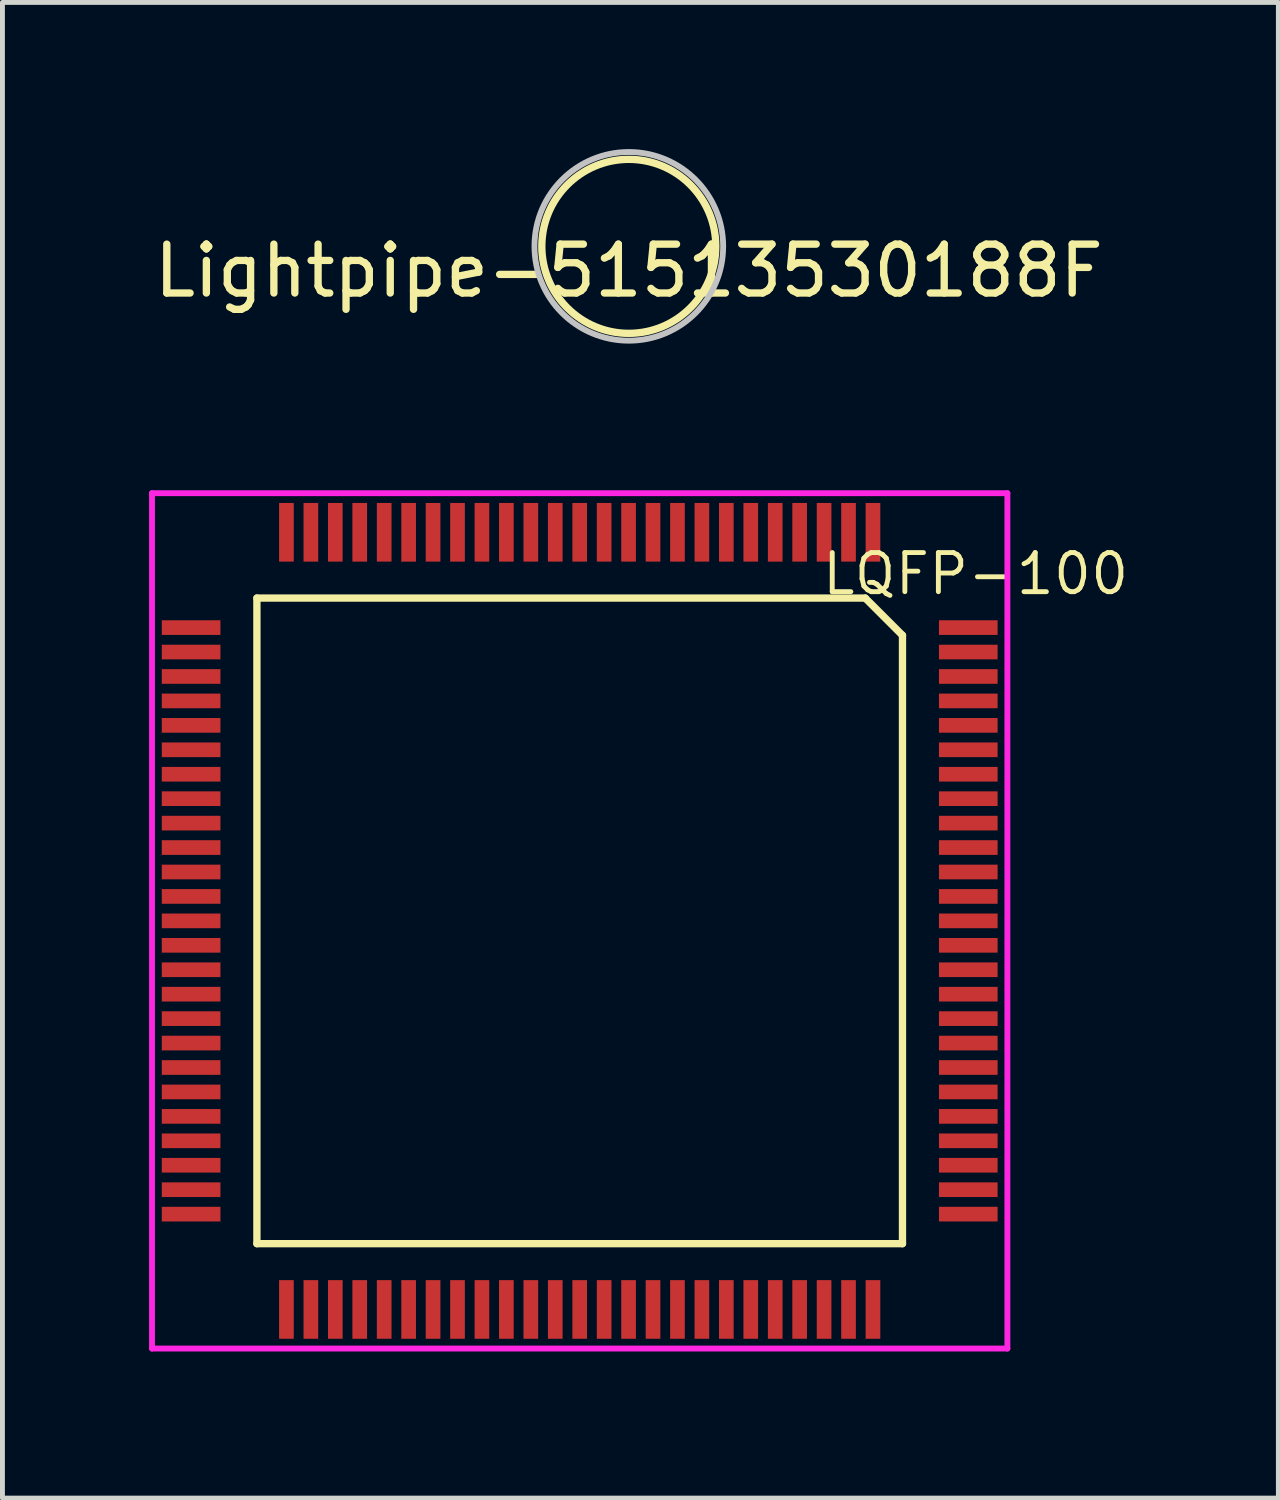
<source format=kicad_pcb>
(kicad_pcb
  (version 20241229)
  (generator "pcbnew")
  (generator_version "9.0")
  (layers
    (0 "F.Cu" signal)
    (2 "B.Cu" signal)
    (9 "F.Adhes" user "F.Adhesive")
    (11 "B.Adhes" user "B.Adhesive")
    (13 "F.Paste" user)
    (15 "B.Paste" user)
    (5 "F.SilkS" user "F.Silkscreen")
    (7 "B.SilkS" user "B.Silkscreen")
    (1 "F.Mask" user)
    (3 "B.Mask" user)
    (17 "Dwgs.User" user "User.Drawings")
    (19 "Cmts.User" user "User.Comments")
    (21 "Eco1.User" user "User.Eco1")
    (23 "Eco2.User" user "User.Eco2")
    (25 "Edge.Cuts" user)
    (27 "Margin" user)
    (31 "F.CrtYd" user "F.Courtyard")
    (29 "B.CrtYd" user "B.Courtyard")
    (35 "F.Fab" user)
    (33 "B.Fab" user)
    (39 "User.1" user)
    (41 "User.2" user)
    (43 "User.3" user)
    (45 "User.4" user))
  (footprint "LQFP-100"
    (layer "F.Cu")
    (at 8.81 15.79)
    (property "Reference" "LQFP-100" (at 8.1 -7.1 180) (layer "F.SilkS") (effects (font (size 0.8 0.8) (thickness 0.1))))
    (attr through_hole)
    (fp_line (start -6.604 -6.604) (end 5.842 -6.604) (stroke (width 0.15) (type solid)) (layer "F.SilkS"))
    (fp_line (start -6.604 6.604) (end -6.604 -6.604) (stroke (width 0.15) (type solid)) (layer "F.SilkS"))
    (fp_line (start 6.604 -5.842) (end 5.842 -6.604) (stroke (width 0.15) (type solid)) (layer "F.SilkS"))
    (fp_line (start 6.604 -5.842) (end 6.604 6.604) (stroke (width 0.15) (type solid)) (layer "F.SilkS"))
    (fp_line (start 6.604 6.604) (end -6.604 6.604) (stroke (width 0.15) (type solid)) (layer "F.SilkS"))
    (fp_line (start -8.75 -8.75) (end 8.75 -8.75) (stroke (width 0.12) (type solid)) (layer "F.CrtYd"))
    (fp_line (start -8.75 8.75) (end -8.75 -8.75) (stroke (width 0.12) (type solid)) (layer "F.CrtYd"))
    (fp_line (start 8.75 -8.75) (end 8.75 8.75) (stroke (width 0.12) (type solid)) (layer "F.CrtYd"))
    (fp_line (start 8.75 8.75) (end -8.75 8.75) (stroke (width 0.12) (type solid)) (layer "F.CrtYd"))
    (pad "1" smd rect (at 6 -7.95 270) (size 1.2 0.3) (layers "F.Cu" "F.Mask" "F.Paste"))
    (pad "2" smd rect (at 5.5 -7.95 270) (size 1.2 0.3) (layers "F.Cu" "F.Mask" "F.Paste"))
    (pad "3" smd rect (at 5 -7.95 270) (size 1.2 0.3) (layers "F.Cu" "F.Mask" "F.Paste"))
    (pad "4" smd rect (at 4.5 -7.95 270) (size 1.2 0.3) (layers "F.Cu" "F.Mask" "F.Paste"))
    (pad "5" smd rect (at 4 -7.95 270) (size 1.2 0.3) (layers "F.Cu" "F.Mask" "F.Paste"))
    (pad "6" smd rect (at 3.5 -7.95 270) (size 1.2 0.3) (layers "F.Cu" "F.Mask" "F.Paste"))
    (pad "7" smd rect (at 3 -7.95 270) (size 1.2 0.3) (layers "F.Cu" "F.Mask" "F.Paste"))
    (pad "8" smd rect (at 2.5 -7.95 270) (size 1.2 0.3) (layers "F.Cu" "F.Mask" "F.Paste"))
    (pad "9" smd rect (at 2 -7.95 270) (size 1.2 0.3) (layers "F.Cu" "F.Mask" "F.Paste"))
    (pad "10" smd rect (at 1.5 -7.95 270) (size 1.2 0.3) (layers "F.Cu" "F.Mask" "F.Paste"))
    (pad "11" smd rect (at 1 -7.95 270) (size 1.2 0.3) (layers "F.Cu" "F.Mask" "F.Paste"))
    (pad "12" smd rect (at 0.5 -7.95 270) (size 1.2 0.3) (layers "F.Cu" "F.Mask" "F.Paste"))
    (pad "13" smd rect (at 0 -7.95 270) (size 1.2 0.3) (layers "F.Cu" "F.Mask" "F.Paste"))
    (pad "14" smd rect (at -0.5 -7.95 270) (size 1.2 0.3) (layers "F.Cu" "F.Mask" "F.Paste"))
    (pad "15" smd rect (at -1 -7.95 270) (size 1.2 0.3) (layers "F.Cu" "F.Mask" "F.Paste"))
    (pad "16" smd rect (at -1.5 -7.95 270) (size 1.2 0.3) (layers "F.Cu" "F.Mask" "F.Paste"))
    (pad "17" smd rect (at -2 -7.95 270) (size 1.2 0.3) (layers "F.Cu" "F.Mask" "F.Paste"))
    (pad "18" smd rect (at -2.5 -7.95 270) (size 1.2 0.3) (layers "F.Cu" "F.Mask" "F.Paste"))
    (pad "19" smd rect (at -3 -7.95 270) (size 1.2 0.3) (layers "F.Cu" "F.Mask" "F.Paste"))
    (pad "20" smd rect (at -3.5 -7.95 270) (size 1.2 0.3) (layers "F.Cu" "F.Mask" "F.Paste"))
    (pad "21" smd rect (at -4 -7.95 270) (size 1.2 0.3) (layers "F.Cu" "F.Mask" "F.Paste"))
    (pad "22" smd rect (at -4.5 -7.95 270) (size 1.2 0.3) (layers "F.Cu" "F.Mask" "F.Paste"))
    (pad "23" smd rect (at -5 -7.95 270) (size 1.2 0.3) (layers "F.Cu" "F.Mask" "F.Paste"))
    (pad "24" smd rect (at -5.5 -7.95 270) (size 1.2 0.3) (layers "F.Cu" "F.Mask" "F.Paste"))
    (pad "25" smd rect (at -6 -7.95 270) (size 1.2 0.3) (layers "F.Cu" "F.Mask" "F.Paste"))
    (pad "26" smd rect (at -7.95 -6) (size 1.2 0.3) (layers "F.Cu" "F.Mask" "F.Paste"))
    (pad "27" smd rect (at -7.95 -5.5) (size 1.2 0.3) (layers "F.Cu" "F.Mask" "F.Paste"))
    (pad "28" smd rect (at -7.95 -5) (size 1.2 0.3) (layers "F.Cu" "F.Mask" "F.Paste"))
    (pad "29" smd rect (at -7.95 -4.5) (size 1.2 0.3) (layers "F.Cu" "F.Mask" "F.Paste"))
    (pad "30" smd rect (at -7.95 -4) (size 1.2 0.3) (layers "F.Cu" "F.Mask" "F.Paste"))
    (pad "31" smd rect (at -7.95 -3.5) (size 1.2 0.3) (layers "F.Cu" "F.Mask" "F.Paste"))
    (pad "32" smd rect (at -7.95 -3) (size 1.2 0.3) (layers "F.Cu" "F.Mask" "F.Paste"))
    (pad "33" smd rect (at -7.95 -2.5) (size 1.2 0.3) (layers "F.Cu" "F.Mask" "F.Paste"))
    (pad "34" smd rect (at -7.95 -2) (size 1.2 0.3) (layers "F.Cu" "F.Mask" "F.Paste"))
    (pad "35" smd rect (at -7.95 -1.5) (size 1.2 0.3) (layers "F.Cu" "F.Mask" "F.Paste"))
    (pad "36" smd rect (at -7.95 -1) (size 1.2 0.3) (layers "F.Cu" "F.Mask" "F.Paste"))
    (pad "37" smd rect (at -7.95 -0.5) (size 1.2 0.3) (layers "F.Cu" "F.Mask" "F.Paste"))
    (pad "38" smd rect (at -7.95 0) (size 1.2 0.3) (layers "F.Cu" "F.Mask" "F.Paste"))
    (pad "39" smd rect (at -7.95 0.5) (size 1.2 0.3) (layers "F.Cu" "F.Mask" "F.Paste"))
    (pad "40" smd rect (at -7.95 1) (size 1.2 0.3) (layers "F.Cu" "F.Mask" "F.Paste"))
    (pad "41" smd rect (at -7.95 1.5) (size 1.2 0.3) (layers "F.Cu" "F.Mask" "F.Paste"))
    (pad "42" smd rect (at -7.95 2) (size 1.2 0.3) (layers "F.Cu" "F.Mask" "F.Paste"))
    (pad "43" smd rect (at -7.95 2.5) (size 1.2 0.3) (layers "F.Cu" "F.Mask" "F.Paste"))
    (pad "44" smd rect (at -7.95 3) (size 1.2 0.3) (layers "F.Cu" "F.Mask" "F.Paste"))
    (pad "45" smd rect (at -7.95 3.5) (size 1.2 0.3) (layers "F.Cu" "F.Mask" "F.Paste"))
    (pad "46" smd rect (at -7.95 4) (size 1.2 0.3) (layers "F.Cu" "F.Mask" "F.Paste"))
    (pad "47" smd rect (at -7.95 4.5) (size 1.2 0.3) (layers "F.Cu" "F.Mask" "F.Paste"))
    (pad "48" smd rect (at -7.95 5) (size 1.2 0.3) (layers "F.Cu" "F.Mask" "F.Paste"))
    (pad "49" smd rect (at -7.95 5.5) (size 1.2 0.3) (layers "F.Cu" "F.Mask" "F.Paste"))
    (pad "50" smd rect (at -7.95 6) (size 1.2 0.3) (layers "F.Cu" "F.Mask" "F.Paste"))
    (pad "51" smd rect (at -6 7.95 90) (size 1.2 0.3) (layers "F.Cu" "F.Mask" "F.Paste"))
    (pad "52" smd rect (at -5.5 7.95 90) (size 1.2 0.3) (layers "F.Cu" "F.Mask" "F.Paste"))
    (pad "53" smd rect (at -5 7.95 90) (size 1.2 0.3) (layers "F.Cu" "F.Mask" "F.Paste"))
    (pad "54" smd rect (at -4.5 7.95 90) (size 1.2 0.3) (layers "F.Cu" "F.Mask" "F.Paste"))
    (pad "55" smd rect (at -4 7.95 90) (size 1.2 0.3) (layers "F.Cu" "F.Mask" "F.Paste"))
    (pad "56" smd rect (at -3.5 7.95 90) (size 1.2 0.3) (layers "F.Cu" "F.Mask" "F.Paste"))
    (pad "57" smd rect (at -3 7.95 90) (size 1.2 0.3) (layers "F.Cu" "F.Mask" "F.Paste"))
    (pad "58" smd rect (at -2.5 7.95 90) (size 1.2 0.3) (layers "F.Cu" "F.Mask" "F.Paste"))
    (pad "59" smd rect (at -2 7.95 90) (size 1.2 0.3) (layers "F.Cu" "F.Mask" "F.Paste"))
    (pad "60" smd rect (at -1.5 7.95 90) (size 1.2 0.3) (layers "F.Cu" "F.Mask" "F.Paste"))
    (pad "61" smd rect (at -1 7.95 90) (size 1.2 0.3) (layers "F.Cu" "F.Mask" "F.Paste"))
    (pad "62" smd rect (at -0.5 7.95 90) (size 1.2 0.3) (layers "F.Cu" "F.Mask" "F.Paste"))
    (pad "63" smd rect (at 0 7.95 90) (size 1.2 0.3) (layers "F.Cu" "F.Mask" "F.Paste"))
    (pad "64" smd rect (at 0.5 7.95 90) (size 1.2 0.3) (layers "F.Cu" "F.Mask" "F.Paste"))
    (pad "65" smd rect (at 1 7.95 90) (size 1.2 0.3) (layers "F.Cu" "F.Mask" "F.Paste"))
    (pad "66" smd rect (at 1.5 7.95 90) (size 1.2 0.3) (layers "F.Cu" "F.Mask" "F.Paste"))
    (pad "67" smd rect (at 2 7.95 90) (size 1.2 0.3) (layers "F.Cu" "F.Mask" "F.Paste"))
    (pad "68" smd rect (at 2.5 7.95 90) (size 1.2 0.3) (layers "F.Cu" "F.Mask" "F.Paste"))
    (pad "69" smd rect (at 3 7.95 90) (size 1.2 0.3) (layers "F.Cu" "F.Mask" "F.Paste"))
    (pad "70" smd rect (at 3.5 7.95 90) (size 1.2 0.3) (layers "F.Cu" "F.Mask" "F.Paste"))
    (pad "71" smd rect (at 4 7.95 90) (size 1.2 0.3) (layers "F.Cu" "F.Mask" "F.Paste"))
    (pad "72" smd rect (at 4.5 7.95 90) (size 1.2 0.3) (layers "F.Cu" "F.Mask" "F.Paste"))
    (pad "73" smd rect (at 5 7.95 90) (size 1.2 0.3) (layers "F.Cu" "F.Mask" "F.Paste"))
    (pad "74" smd rect (at 5.5 7.95 90) (size 1.2 0.3) (layers "F.Cu" "F.Mask" "F.Paste"))
    (pad "75" smd rect (at 6 7.95 90) (size 1.2 0.3) (layers "F.Cu" "F.Mask" "F.Paste"))
    (pad "76" smd rect (at 7.95 6 180) (size 1.2 0.3) (layers "F.Cu" "F.Mask" "F.Paste"))
    (pad "77" smd rect (at 7.95 5.5 180) (size 1.2 0.3) (layers "F.Cu" "F.Mask" "F.Paste"))
    (pad "78" smd rect (at 7.95 5 180) (size 1.2 0.3) (layers "F.Cu" "F.Mask" "F.Paste"))
    (pad "79" smd rect (at 7.95 4.5 180) (size 1.2 0.3) (layers "F.Cu" "F.Mask" "F.Paste"))
    (pad "80" smd rect (at 7.95 4 180) (size 1.2 0.3) (layers "F.Cu" "F.Mask" "F.Paste"))
    (pad "81" smd rect (at 7.95 3.5 180) (size 1.2 0.3) (layers "F.Cu" "F.Mask" "F.Paste"))
    (pad "82" smd rect (at 7.95 3 180) (size 1.2 0.3) (layers "F.Cu" "F.Mask" "F.Paste"))
    (pad "83" smd rect (at 7.95 2.5 180) (size 1.2 0.3) (layers "F.Cu" "F.Mask" "F.Paste"))
    (pad "84" smd rect (at 7.95 2 180) (size 1.2 0.3) (layers "F.Cu" "F.Mask" "F.Paste"))
    (pad "85" smd rect (at 7.95 1.5 180) (size 1.2 0.3) (layers "F.Cu" "F.Mask" "F.Paste"))
    (pad "86" smd rect (at 7.95 1 180) (size 1.2 0.3) (layers "F.Cu" "F.Mask" "F.Paste"))
    (pad "87" smd rect (at 7.95 0.5 180) (size 1.2 0.3) (layers "F.Cu" "F.Mask" "F.Paste"))
    (pad "88" smd rect (at 7.95 0 180) (size 1.2 0.3) (layers "F.Cu" "F.Mask" "F.Paste"))
    (pad "89" smd rect (at 7.95 -0.5 180) (size 1.2 0.3) (layers "F.Cu" "F.Mask" "F.Paste"))
    (pad "90" smd rect (at 7.95 -1 180) (size 1.2 0.3) (layers "F.Cu" "F.Mask" "F.Paste"))
    (pad "91" smd rect (at 7.95 -1.5 180) (size 1.2 0.3) (layers "F.Cu" "F.Mask" "F.Paste"))
    (pad "92" smd rect (at 7.95 -2 180) (size 1.2 0.3) (layers "F.Cu" "F.Mask" "F.Paste"))
    (pad "93" smd rect (at 7.95 -2.5 180) (size 1.2 0.3) (layers "F.Cu" "F.Mask" "F.Paste"))
    (pad "94" smd rect (at 7.95 -3 180) (size 1.2 0.3) (layers "F.Cu" "F.Mask" "F.Paste"))
    (pad "95" smd rect (at 7.95 -3.5 180) (size 1.2 0.3) (layers "F.Cu" "F.Mask" "F.Paste"))
    (pad "96" smd rect (at 7.95 -4 180) (size 1.2 0.3) (layers "F.Cu" "F.Mask" "F.Paste"))
    (pad "97" smd rect (at 7.95 -4.5 180) (size 1.2 0.3) (layers "F.Cu" "F.Mask" "F.Paste"))
    (pad "98" smd rect (at 7.95 -5 180) (size 1.2 0.3) (layers "F.Cu" "F.Mask" "F.Paste"))
    (pad "99" smd rect (at 7.95 -5.5 180) (size 1.2 0.3) (layers "F.Cu" "F.Mask" "F.Paste"))
    (pad "100" smd rect (at 7.95 -6 180) (size 1.2 0.3) (layers "F.Cu" "F.Mask" "F.Paste")))
  (footprint "Lightpipe-51513530188F"
    (layer "F.Cu")
    (at 9.815 1.99)
    (property "Reference" "Lightpipe-51513530188F" (at 0 0.5 0) (layer "F.SilkS") (effects (font (size 1 1) (thickness 0.15))))
    (attr through_hole)
    (fp_circle (center 0 0) (end 1.78 0) (stroke (width 0.15) (type solid)) (fill no) (layer "F.SilkS"))
    (fp_circle (center 0 0) (end 1.93 0) (stroke (width 0.12) (type solid)) (fill no) (layer "Dwgs.User")))
  (gr_rect
    (start -3 -3)
    (end 23.104 27.6)
    (stroke (width 0.1) (type default))
    (fill no)
    (layer "Edge.Cuts")))
</source>
